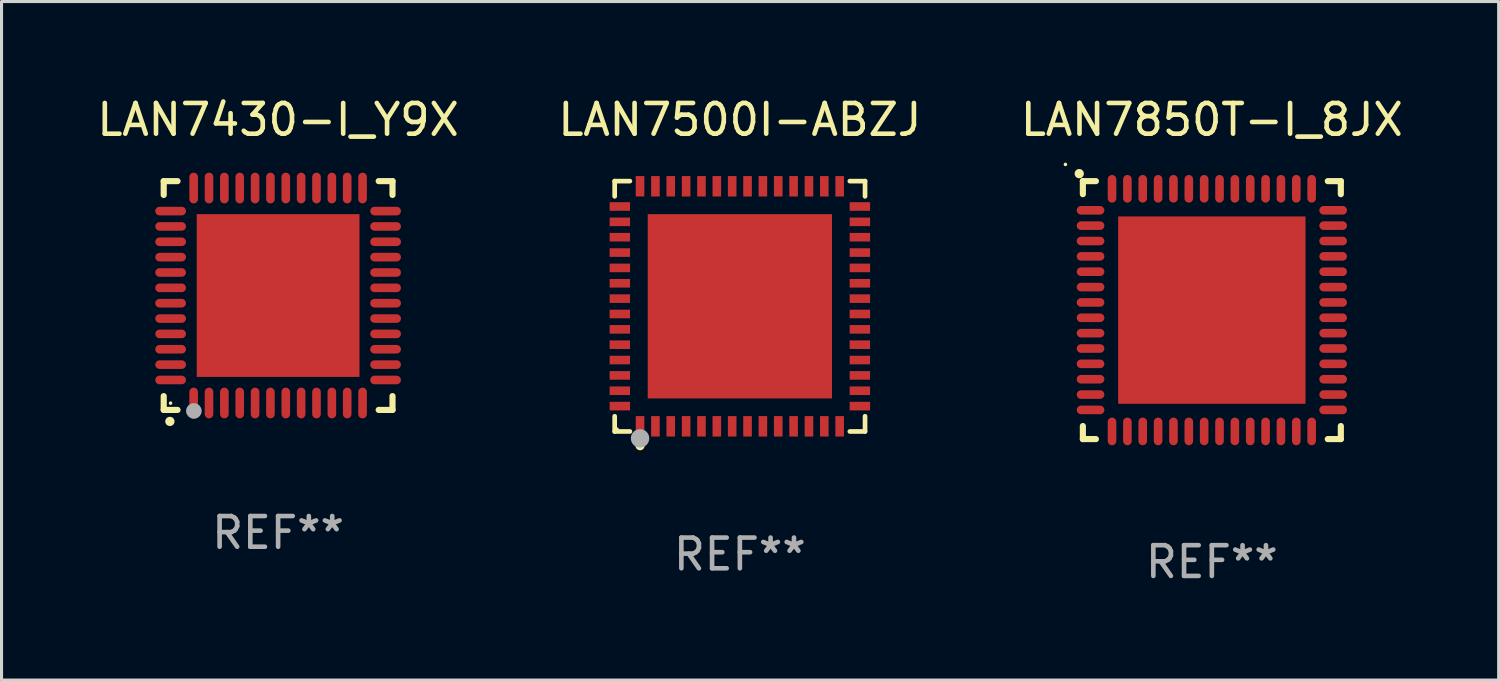
<source format=kicad_pcb>
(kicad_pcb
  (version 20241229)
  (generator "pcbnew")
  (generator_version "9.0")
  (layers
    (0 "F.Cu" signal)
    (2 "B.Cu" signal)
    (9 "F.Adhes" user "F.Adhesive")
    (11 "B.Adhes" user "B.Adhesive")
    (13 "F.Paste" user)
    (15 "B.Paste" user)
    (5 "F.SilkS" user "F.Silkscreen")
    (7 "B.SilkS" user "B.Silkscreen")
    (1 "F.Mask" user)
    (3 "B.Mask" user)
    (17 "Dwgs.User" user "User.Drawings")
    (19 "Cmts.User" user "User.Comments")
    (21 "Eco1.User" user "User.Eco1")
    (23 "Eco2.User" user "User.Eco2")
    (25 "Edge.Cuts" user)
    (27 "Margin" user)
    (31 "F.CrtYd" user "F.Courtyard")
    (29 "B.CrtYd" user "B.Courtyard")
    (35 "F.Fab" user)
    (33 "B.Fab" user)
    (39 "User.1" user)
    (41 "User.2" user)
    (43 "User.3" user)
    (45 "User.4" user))
  (footprint "LAN7430-I_Y9X"
    (layer "F.Cu")
    (at 6.006 6.573)
    (property "Reference" "LAN7430-I_Y9X" (at 0 -5.725 0) (layer "F.SilkS") (effects (font (size 1 1) (thickness 0.15))))
    (attr through_hole)
    (fp_line (start -3.725 -3.725) (end -3.275 -3.725) (stroke (width 0.2) (type solid)) (layer "F.SilkS"))
    (fp_line (start -3.725 -3.275) (end -3.725 -3.725) (stroke (width 0.2) (type solid)) (layer "F.SilkS"))
    (fp_line (start -3.725 3.725) (end -3.725 3.275) (stroke (width 0.2) (type solid)) (layer "F.SilkS"))
    (fp_line (start -3.275 3.725) (end -3.725 3.725) (stroke (width 0.2) (type solid)) (layer "F.SilkS"))
    (fp_line (start 3.275 3.725) (end 3.725 3.725) (stroke (width 0.2) (type solid)) (layer "F.SilkS"))
    (fp_line (start 3.725 -3.725) (end 3.275 -3.725) (stroke (width 0.2) (type solid)) (layer "F.SilkS"))
    (fp_line (start 3.725 -3.275) (end 3.725 -3.725) (stroke (width 0.2) (type solid)) (layer "F.SilkS"))
    (fp_line (start 3.725 3.725) (end 3.725 3.275) (stroke (width 0.2) (type solid)) (layer "F.SilkS"))
    (fp_arc (start -3.525527 4.099568) (mid -3.524257 4.099563) (end -3.522987 4.099568) (stroke (width 0.3) (type solid)) (layer "F.SilkS"))
    (fp_circle (center -3.502 3.504) (end -3.472 3.504) (stroke (width 0.06) (type solid)) (fill no) (layer "F.SilkS"))
    (fp_circle (center -2.743 3.759) (end -2.616 3.759) (stroke (width 0.254) (type solid)) (fill no) (layer "F.Fab"))
    (fp_text user "REF**" (at 0 7.725 0) (layer "F.Fab") (effects (font (size 1 1) (thickness 0.15))))
    (pad "1" smd oval (at -2.75 3.5) (size 0.28 1) (layers "F.Cu" "F.Mask" "F.Paste"))
    (pad "2" smd oval (at -2.25 3.5) (size 0.28 1) (layers "F.Cu" "F.Mask" "F.Paste"))
    (pad "3" smd oval (at -1.75 3.5) (size 0.28 1) (layers "F.Cu" "F.Mask" "F.Paste"))
    (pad "4" smd oval (at -1.25 3.5) (size 0.28 1) (layers "F.Cu" "F.Mask" "F.Paste"))
    (pad "5" smd oval (at -0.75 3.5) (size 0.28 1) (layers "F.Cu" "F.Mask" "F.Paste"))
    (pad "6" smd oval (at -0.25 3.5) (size 0.28 1) (layers "F.Cu" "F.Mask" "F.Paste"))
    (pad "7" smd oval (at 0.25 3.5) (size 0.28 1) (layers "F.Cu" "F.Mask" "F.Paste"))
    (pad "8" smd oval (at 0.75 3.5) (size 0.28 1) (layers "F.Cu" "F.Mask" "F.Paste"))
    (pad "9" smd oval (at 1.25 3.5) (size 0.28 1) (layers "F.Cu" "F.Mask" "F.Paste"))
    (pad "10" smd oval (at 1.75 3.5) (size 0.28 1) (layers "F.Cu" "F.Mask" "F.Paste"))
    (pad "11" smd oval (at 2.25 3.5) (size 0.28 1) (layers "F.Cu" "F.Mask" "F.Paste"))
    (pad "12" smd oval (at 2.75 3.5) (size 0.28 1) (layers "F.Cu" "F.Mask" "F.Paste"))
    (pad "13" smd oval (at 3.5 2.75) (size 1 0.28) (layers "F.Cu" "F.Mask" "F.Paste"))
    (pad "14" smd oval (at 3.5 2.25) (size 1 0.28) (layers "F.Cu" "F.Mask" "F.Paste"))
    (pad "15" smd oval (at 3.5 1.75) (size 1 0.28) (layers "F.Cu" "F.Mask" "F.Paste"))
    (pad "16" smd oval (at 3.5 1.25) (size 1 0.28) (layers "F.Cu" "F.Mask" "F.Paste"))
    (pad "17" smd oval (at 3.5 0.75) (size 1 0.28) (layers "F.Cu" "F.Mask" "F.Paste"))
    (pad "18" smd oval (at 3.5 0.25) (size 1 0.28) (layers "F.Cu" "F.Mask" "F.Paste"))
    (pad "19" smd oval (at 3.5 -0.25) (size 1 0.28) (layers "F.Cu" "F.Mask" "F.Paste"))
    (pad "20" smd oval (at 3.5 -0.75) (size 1 0.28) (layers "F.Cu" "F.Mask" "F.Paste"))
    (pad "21" smd oval (at 3.5 -1.25) (size 1 0.28) (layers "F.Cu" "F.Mask" "F.Paste"))
    (pad "22" smd oval (at 3.5 -1.75) (size 1 0.28) (layers "F.Cu" "F.Mask" "F.Paste"))
    (pad "23" smd oval (at 3.5 -2.25) (size 1 0.28) (layers "F.Cu" "F.Mask" "F.Paste"))
    (pad "24" smd oval (at 3.5 -2.75) (size 1 0.28) (layers "F.Cu" "F.Mask" "F.Paste"))
    (pad "25" smd oval (at 2.75 -3.5) (size 0.28 1) (layers "F.Cu" "F.Mask" "F.Paste"))
    (pad "26" smd oval (at 2.25 -3.5) (size 0.28 1) (layers "F.Cu" "F.Mask" "F.Paste"))
    (pad "27" smd oval (at 1.75 -3.5) (size 0.28 1) (layers "F.Cu" "F.Mask" "F.Paste"))
    (pad "28" smd oval (at 1.25 -3.5) (size 0.28 1) (layers "F.Cu" "F.Mask" "F.Paste"))
    (pad "29" smd oval (at 0.75 -3.5) (size 0.28 1) (layers "F.Cu" "F.Mask" "F.Paste"))
    (pad "30" smd oval (at 0.25 -3.5) (size 0.28 1) (layers "F.Cu" "F.Mask" "F.Paste"))
    (pad "31" smd oval (at -0.25 -3.5) (size 0.28 1) (layers "F.Cu" "F.Mask" "F.Paste"))
    (pad "32" smd oval (at -0.75 -3.5) (size 0.28 1) (layers "F.Cu" "F.Mask" "F.Paste"))
    (pad "33" smd oval (at -1.25 -3.5) (size 0.28 1) (layers "F.Cu" "F.Mask" "F.Paste"))
    (pad "34" smd oval (at -1.75 -3.5) (size 0.28 1) (layers "F.Cu" "F.Mask" "F.Paste"))
    (pad "35" smd oval (at -2.25 -3.5) (size 0.28 1) (layers "F.Cu" "F.Mask" "F.Paste"))
    (pad "36" smd oval (at -2.75 -3.5) (size 0.28 1) (layers "F.Cu" "F.Mask" "F.Paste"))
    (pad "37" smd oval (at -3.5 -2.75) (size 1 0.28) (layers "F.Cu" "F.Mask" "F.Paste"))
    (pad "38" smd oval (at -3.5 -2.25) (size 1 0.28) (layers "F.Cu" "F.Mask" "F.Paste"))
    (pad "39" smd oval (at -3.5 -1.75) (size 1 0.28) (layers "F.Cu" "F.Mask" "F.Paste"))
    (pad "40" smd oval (at -3.5 -1.25) (size 1 0.28) (layers "F.Cu" "F.Mask" "F.Paste"))
    (pad "41" smd oval (at -3.5 -0.75) (size 1 0.28) (layers "F.Cu" "F.Mask" "F.Paste"))
    (pad "42" smd oval (at -3.5 -0.25) (size 1 0.28) (layers "F.Cu" "F.Mask" "F.Paste"))
    (pad "43" smd oval (at -3.5 0.25) (size 1 0.28) (layers "F.Cu" "F.Mask" "F.Paste"))
    (pad "44" smd oval (at -3.5 0.75) (size 1 0.28) (layers "F.Cu" "F.Mask" "F.Paste"))
    (pad "45" smd oval (at -3.5 1.25) (size 1 0.28) (layers "F.Cu" "F.Mask" "F.Paste"))
    (pad "46" smd oval (at -3.5 1.75) (size 1 0.28) (layers "F.Cu" "F.Mask" "F.Paste"))
    (pad "47" smd oval (at -3.5 2.25) (size 1 0.28) (layers "F.Cu" "F.Mask" "F.Paste"))
    (pad "48" smd oval (at -3.5 2.75) (size 1 0.28) (layers "F.Cu" "F.Mask" "F.Paste"))
    (pad "49" smd rect (at 0 0) (size 5.3 5.3) (layers "F.Cu" "F.Mask" "F.Paste")))
  (footprint "LAN7850T-I_8JX"
    (layer "F.Cu")
    (at 36.411 7.048)
    (property "Reference" "LAN7850T-I_8JX" (at 0 -6.2 0) (layer "F.SilkS") (effects (font (size 1 1) (thickness 0.15))))
    (attr through_hole)
    (fp_line (start -4.2 -4.2) (end -3.775 -4.2) (stroke (width 0.2) (type solid)) (layer "F.SilkS"))
    (fp_line (start -4.2 -3.775) (end -4.2 -4.2) (stroke (width 0.2) (type solid)) (layer "F.SilkS"))
    (fp_line (start -4.2 3.775) (end -4.2 4.2) (stroke (width 0.2) (type solid)) (layer "F.SilkS"))
    (fp_line (start -4.2 4.2) (end -3.775 4.2) (stroke (width 0.2) (type solid)) (layer "F.SilkS"))
    (fp_line (start 3.775 4.2) (end 4.2 4.2) (stroke (width 0.2) (type solid)) (layer "F.SilkS"))
    (fp_line (start 4.2 -4.2) (end 3.775 -4.2) (stroke (width 0.2) (type solid)) (layer "F.SilkS"))
    (fp_line (start 4.2 -3.775) (end 4.2 -4.2) (stroke (width 0.2) (type solid)) (layer "F.SilkS"))
    (fp_line (start 4.2 4.2) (end 4.2 3.775) (stroke (width 0.2) (type solid)) (layer "F.SilkS"))
    (fp_arc (start -4.318009 -4.442469) (mid -4.318014 -4.443739) (end -4.318009 -4.445009) (stroke (width 0.3) (type solid)) (layer "F.SilkS"))
    (fp_circle (center -4.768 -4.744) (end -4.738 -4.744) (stroke (width 0.06) (type solid)) (fill no) (layer "F.SilkS"))
    (fp_text user "REF**" (at 0 8.2 0) (layer "F.Fab") (effects (font (size 1 1) (thickness 0.15))))
    (pad "1" smd oval (at -3.95 -3.25 90) (size 0.28 0.9) (layers "F.Cu" "F.Mask" "F.Paste"))
    (pad "2" smd oval (at -3.95 -2.75 90) (size 0.28 0.9) (layers "F.Cu" "F.Mask" "F.Paste"))
    (pad "3" smd oval (at -3.95 -2.25 90) (size 0.28 0.9) (layers "F.Cu" "F.Mask" "F.Paste"))
    (pad "4" smd oval (at -3.95 -1.75 90) (size 0.28 0.9) (layers "F.Cu" "F.Mask" "F.Paste"))
    (pad "5" smd oval (at -3.95 -1.25 90) (size 0.28 0.9) (layers "F.Cu" "F.Mask" "F.Paste"))
    (pad "6" smd oval (at -3.95 -0.75 90) (size 0.28 0.9) (layers "F.Cu" "F.Mask" "F.Paste"))
    (pad "7" smd oval (at -3.95 -0.25 90) (size 0.28 0.9) (layers "F.Cu" "F.Mask" "F.Paste"))
    (pad "8" smd oval (at -3.95 0.25 90) (size 0.28 0.9) (layers "F.Cu" "F.Mask" "F.Paste"))
    (pad "9" smd oval (at -3.95 0.75 90) (size 0.28 0.9) (layers "F.Cu" "F.Mask" "F.Paste"))
    (pad "10" smd oval (at -3.95 1.25 90) (size 0.28 0.9) (layers "F.Cu" "F.Mask" "F.Paste"))
    (pad "11" smd oval (at -3.95 1.75 90) (size 0.28 0.9) (layers "F.Cu" "F.Mask" "F.Paste"))
    (pad "12" smd oval (at -3.95 2.25 90) (size 0.28 0.9) (layers "F.Cu" "F.Mask" "F.Paste"))
    (pad "13" smd oval (at -3.95 2.75 90) (size 0.28 0.9) (layers "F.Cu" "F.Mask" "F.Paste"))
    (pad "14" smd oval (at -3.95 3.25 90) (size 0.28 0.9) (layers "F.Cu" "F.Mask" "F.Paste"))
    (pad "15" smd oval (at -3.25 3.95) (size 0.28 0.9) (layers "F.Cu" "F.Mask" "F.Paste"))
    (pad "16" smd oval (at -2.75 3.95) (size 0.28 0.9) (layers "F.Cu" "F.Mask" "F.Paste"))
    (pad "17" smd oval (at -2.25 3.95) (size 0.28 0.9) (layers "F.Cu" "F.Mask" "F.Paste"))
    (pad "18" smd oval (at -1.75 3.95) (size 0.28 0.9) (layers "F.Cu" "F.Mask" "F.Paste"))
    (pad "19" smd oval (at -1.25 3.95) (size 0.28 0.9) (layers "F.Cu" "F.Mask" "F.Paste"))
    (pad "20" smd oval (at -0.75 3.95) (size 0.28 0.9) (layers "F.Cu" "F.Mask" "F.Paste"))
    (pad "21" smd oval (at -0.25 3.95) (size 0.28 0.9) (layers "F.Cu" "F.Mask" "F.Paste"))
    (pad "22" smd oval (at 0.25 3.95) (size 0.28 0.9) (layers "F.Cu" "F.Mask" "F.Paste"))
    (pad "23" smd oval (at 0.75 3.95) (size 0.28 0.9) (layers "F.Cu" "F.Mask" "F.Paste"))
    (pad "24" smd oval (at 1.25 3.95) (size 0.28 0.9) (layers "F.Cu" "F.Mask" "F.Paste"))
    (pad "25" smd oval (at 1.75 3.95) (size 0.28 0.9) (layers "F.Cu" "F.Mask" "F.Paste"))
    (pad "26" smd oval (at 2.25 3.95) (size 0.28 0.9) (layers "F.Cu" "F.Mask" "F.Paste"))
    (pad "27" smd oval (at 2.75 3.95) (size 0.28 0.9) (layers "F.Cu" "F.Mask" "F.Paste"))
    (pad "28" smd oval (at 3.25 3.95) (size 0.28 0.9) (layers "F.Cu" "F.Mask" "F.Paste"))
    (pad "29" smd oval (at 3.95 3.25 90) (size 0.28 0.9) (layers "F.Cu" "F.Mask" "F.Paste"))
    (pad "30" smd oval (at 3.95 2.75 90) (size 0.28 0.9) (layers "F.Cu" "F.Mask" "F.Paste"))
    (pad "31" smd oval (at 3.95 2.25 90) (size 0.28 0.9) (layers "F.Cu" "F.Mask" "F.Paste"))
    (pad "32" smd oval (at 3.95 1.75 90) (size 0.28 0.9) (layers "F.Cu" "F.Mask" "F.Paste"))
    (pad "33" smd oval (at 3.95 1.25 90) (size 0.28 0.9) (layers "F.Cu" "F.Mask" "F.Paste"))
    (pad "34" smd oval (at 3.95 0.75 90) (size 0.28 0.9) (layers "F.Cu" "F.Mask" "F.Paste"))
    (pad "35" smd oval (at 3.95 0.25 90) (size 0.28 0.9) (layers "F.Cu" "F.Mask" "F.Paste"))
    (pad "36" smd oval (at 3.95 -0.25 90) (size 0.28 0.9) (layers "F.Cu" "F.Mask" "F.Paste"))
    (pad "37" smd oval (at 3.95 -0.75 90) (size 0.28 0.9) (layers "F.Cu" "F.Mask" "F.Paste"))
    (pad "38" smd oval (at 3.95 -1.25 90) (size 0.28 0.9) (layers "F.Cu" "F.Mask" "F.Paste"))
    (pad "39" smd oval (at 3.95 -1.75 90) (size 0.28 0.9) (layers "F.Cu" "F.Mask" "F.Paste"))
    (pad "40" smd oval (at 3.95 -2.25 90) (size 0.28 0.9) (layers "F.Cu" "F.Mask" "F.Paste"))
    (pad "41" smd oval (at 3.95 -2.75 90) (size 0.28 0.9) (layers "F.Cu" "F.Mask" "F.Paste"))
    (pad "42" smd oval (at 3.95 -3.25 90) (size 0.28 0.9) (layers "F.Cu" "F.Mask" "F.Paste"))
    (pad "43" smd oval (at 3.25 -3.95) (size 0.28 0.9) (layers "F.Cu" "F.Mask" "F.Paste"))
    (pad "44" smd oval (at 2.75 -3.95) (size 0.28 0.9) (layers "F.Cu" "F.Mask" "F.Paste"))
    (pad "45" smd oval (at 2.25 -3.95) (size 0.28 0.9) (layers "F.Cu" "F.Mask" "F.Paste"))
    (pad "46" smd oval (at 1.75 -3.95) (size 0.28 0.9) (layers "F.Cu" "F.Mask" "F.Paste"))
    (pad "47" smd oval (at 1.25 -3.95) (size 0.28 0.9) (layers "F.Cu" "F.Mask" "F.Paste"))
    (pad "48" smd oval (at 0.75 -3.95) (size 0.28 0.9) (layers "F.Cu" "F.Mask" "F.Paste"))
    (pad "49" smd oval (at 0.25 -3.95) (size 0.28 0.9) (layers "F.Cu" "F.Mask" "F.Paste"))
    (pad "50" smd oval (at -0.25 -3.95) (size 0.28 0.9) (layers "F.Cu" "F.Mask" "F.Paste"))
    (pad "51" smd oval (at -0.75 -3.95) (size 0.28 0.9) (layers "F.Cu" "F.Mask" "F.Paste"))
    (pad "52" smd oval (at -1.25 -3.95) (size 0.28 0.9) (layers "F.Cu" "F.Mask" "F.Paste"))
    (pad "53" smd oval (at -1.75 -3.95) (size 0.28 0.9) (layers "F.Cu" "F.Mask" "F.Paste"))
    (pad "54" smd oval (at -2.25 -3.95) (size 0.28 0.9) (layers "F.Cu" "F.Mask" "F.Paste"))
    (pad "55" smd oval (at -2.75 -3.95) (size 0.28 0.9) (layers "F.Cu" "F.Mask" "F.Paste"))
    (pad "56" smd oval (at -3.25 -3.95) (size 0.28 0.9) (layers "F.Cu" "F.Mask" "F.Paste"))
    (pad "57" smd rect (at 0 0) (size 6.1 6.1) (layers "F.Cu" "F.Mask" "F.Paste")))
  (footprint "LAN7500I-ABZJ"
    (layer "F.Cu")
    (at 21.042 6.924)
    (property "Reference" "LAN7500I-ABZJ" (at 0 -6.076 0) (layer "F.SilkS") (effects (font (size 1 1) (thickness 0.15))))
    (attr through_hole)
    (fp_line (start -4.076 -4.076) (end -3.581 -4.076) (stroke (width 0.152) (type solid)) (layer "F.SilkS"))
    (fp_line (start -4.076 -3.581) (end -4.076 -4.076) (stroke (width 0.152) (type solid)) (layer "F.SilkS"))
    (fp_line (start -4.076 3.581) (end -4.076 4.076) (stroke (width 0.152) (type solid)) (layer "F.SilkS"))
    (fp_line (start -4.076 4.076) (end -3.581 4.076) (stroke (width 0.152) (type solid)) (layer "F.SilkS"))
    (fp_line (start 4.076 -4.076) (end 3.581 -4.076) (stroke (width 0.152) (type solid)) (layer "F.SilkS"))
    (fp_line (start 4.076 -3.581) (end 4.076 -4.076) (stroke (width 0.152) (type solid)) (layer "F.SilkS"))
    (fp_line (start 4.076 3.581) (end 4.076 4.076) (stroke (width 0.152) (type solid)) (layer "F.SilkS"))
    (fp_line (start 4.076 4.076) (end 3.581 4.076) (stroke (width 0.152) (type solid)) (layer "F.SilkS"))
    (fp_circle (center -4 4) (end -3.97 4) (stroke (width 0.06) (type solid)) (fill no) (layer "F.SilkS"))
    (fp_circle (center -3.25 4.54) (end -3.175 4.54) (stroke (width 0.15) (type solid)) (fill no) (layer "F.SilkS"))
    (fp_circle (center -3.25 4.3) (end -3.1 4.3) (stroke (width 0.3) (type solid)) (fill no) (layer "F.Fab"))
    (fp_text user "REF**" (at 0 8.076 0) (layer "F.Fab") (effects (font (size 1 1) (thickness 0.15))))
    (pad "1" smd rect (at -3.25 3.908) (size 0.28 0.665) (layers "F.Cu" "F.Mask" "F.Paste"))
    (pad "2" smd rect (at -2.75 3.908) (size 0.28 0.665) (layers "F.Cu" "F.Mask" "F.Paste"))
    (pad "3" smd rect (at -2.25 3.908) (size 0.28 0.665) (layers "F.Cu" "F.Mask" "F.Paste"))
    (pad "4" smd rect (at -1.75 3.908) (size 0.28 0.665) (layers "F.Cu" "F.Mask" "F.Paste"))
    (pad "5" smd rect (at -1.25 3.908) (size 0.28 0.665) (layers "F.Cu" "F.Mask" "F.Paste"))
    (pad "6" smd rect (at -0.75 3.908) (size 0.28 0.665) (layers "F.Cu" "F.Mask" "F.Paste"))
    (pad "7" smd rect (at -0.25 3.908) (size 0.28 0.665) (layers "F.Cu" "F.Mask" "F.Paste"))
    (pad "8" smd rect (at 0.25 3.908) (size 0.28 0.665) (layers "F.Cu" "F.Mask" "F.Paste"))
    (pad "9" smd rect (at 0.75 3.908) (size 0.28 0.665) (layers "F.Cu" "F.Mask" "F.Paste"))
    (pad "10" smd rect (at 1.25 3.908) (size 0.28 0.665) (layers "F.Cu" "F.Mask" "F.Paste"))
    (pad "11" smd rect (at 1.75 3.908) (size 0.28 0.665) (layers "F.Cu" "F.Mask" "F.Paste"))
    (pad "12" smd rect (at 2.25 3.908) (size 0.28 0.665) (layers "F.Cu" "F.Mask" "F.Paste"))
    (pad "13" smd rect (at 2.75 3.908) (size 0.28 0.665) (layers "F.Cu" "F.Mask" "F.Paste"))
    (pad "14" smd rect (at 3.25 3.908) (size 0.28 0.665) (layers "F.Cu" "F.Mask" "F.Paste"))
    (pad "15" smd rect (at 3.908 3.25) (size 0.665 0.28) (layers "F.Cu" "F.Mask" "F.Paste"))
    (pad "16" smd rect (at 3.908 2.75) (size 0.665 0.28) (layers "F.Cu" "F.Mask" "F.Paste"))
    (pad "17" smd rect (at 3.908 2.25) (size 0.665 0.28) (layers "F.Cu" "F.Mask" "F.Paste"))
    (pad "18" smd rect (at 3.908 1.75) (size 0.665 0.28) (layers "F.Cu" "F.Mask" "F.Paste"))
    (pad "19" smd rect (at 3.908 1.25) (size 0.665 0.28) (layers "F.Cu" "F.Mask" "F.Paste"))
    (pad "20" smd rect (at 3.908 0.75) (size 0.665 0.28) (layers "F.Cu" "F.Mask" "F.Paste"))
    (pad "21" smd rect (at 3.908 0.25) (size 0.665 0.28) (layers "F.Cu" "F.Mask" "F.Paste"))
    (pad "22" smd rect (at 3.908 -0.25) (size 0.665 0.28) (layers "F.Cu" "F.Mask" "F.Paste"))
    (pad "23" smd rect (at 3.908 -0.75) (size 0.665 0.28) (layers "F.Cu" "F.Mask" "F.Paste"))
    (pad "24" smd rect (at 3.908 -1.25) (size 0.665 0.28) (layers "F.Cu" "F.Mask" "F.Paste"))
    (pad "25" smd rect (at 3.908 -1.75) (size 0.665 0.28) (layers "F.Cu" "F.Mask" "F.Paste"))
    (pad "26" smd rect (at 3.908 -2.25) (size 0.665 0.28) (layers "F.Cu" "F.Mask" "F.Paste"))
    (pad "27" smd rect (at 3.908 -2.75) (size 0.665 0.28) (layers "F.Cu" "F.Mask" "F.Paste"))
    (pad "28" smd rect (at 3.908 -3.25) (size 0.665 0.28) (layers "F.Cu" "F.Mask" "F.Paste"))
    (pad "29" smd rect (at 3.25 -3.908) (size 0.28 0.665) (layers "F.Cu" "F.Mask" "F.Paste"))
    (pad "30" smd rect (at 2.75 -3.908) (size 0.28 0.665) (layers "F.Cu" "F.Mask" "F.Paste"))
    (pad "31" smd rect (at 2.25 -3.908) (size 0.28 0.665) (layers "F.Cu" "F.Mask" "F.Paste"))
    (pad "32" smd rect (at 1.75 -3.908) (size 0.28 0.665) (layers "F.Cu" "F.Mask" "F.Paste"))
    (pad "33" smd rect (at 1.25 -3.908) (size 0.28 0.665) (layers "F.Cu" "F.Mask" "F.Paste"))
    (pad "34" smd rect (at 0.75 -3.908) (size 0.28 0.665) (layers "F.Cu" "F.Mask" "F.Paste"))
    (pad "35" smd rect (at 0.25 -3.908) (size 0.28 0.665) (layers "F.Cu" "F.Mask" "F.Paste"))
    (pad "36" smd rect (at -0.25 -3.908) (size 0.28 0.665) (layers "F.Cu" "F.Mask" "F.Paste"))
    (pad "37" smd rect (at -0.75 -3.908) (size 0.28 0.665) (layers "F.Cu" "F.Mask" "F.Paste"))
    (pad "38" smd rect (at -1.25 -3.908) (size 0.28 0.665) (layers "F.Cu" "F.Mask" "F.Paste"))
    (pad "39" smd rect (at -1.75 -3.908) (size 0.28 0.665) (layers "F.Cu" "F.Mask" "F.Paste"))
    (pad "40" smd rect (at -2.25 -3.908) (size 0.28 0.665) (layers "F.Cu" "F.Mask" "F.Paste"))
    (pad "41" smd rect (at -2.75 -3.908) (size 0.28 0.665) (layers "F.Cu" "F.Mask" "F.Paste"))
    (pad "42" smd rect (at -3.25 -3.908) (size 0.28 0.665) (layers "F.Cu" "F.Mask" "F.Paste"))
    (pad "43" smd rect (at -3.908 -3.25) (size 0.665 0.28) (layers "F.Cu" "F.Mask" "F.Paste"))
    (pad "44" smd rect (at -3.908 -2.75) (size 0.665 0.28) (layers "F.Cu" "F.Mask" "F.Paste"))
    (pad "45" smd rect (at -3.908 -2.25) (size 0.665 0.28) (layers "F.Cu" "F.Mask" "F.Paste"))
    (pad "46" smd rect (at -3.908 -1.75) (size 0.665 0.28) (layers "F.Cu" "F.Mask" "F.Paste"))
    (pad "47" smd rect (at -3.908 -1.25) (size 0.665 0.28) (layers "F.Cu" "F.Mask" "F.Paste"))
    (pad "48" smd rect (at -3.908 -0.75) (size 0.665 0.28) (layers "F.Cu" "F.Mask" "F.Paste"))
    (pad "49" smd rect (at -3.908 -0.25) (size 0.665 0.28) (layers "F.Cu" "F.Mask" "F.Paste"))
    (pad "50" smd rect (at -3.908 0.25) (size 0.665 0.28) (layers "F.Cu" "F.Mask" "F.Paste"))
    (pad "51" smd rect (at -3.908 0.75) (size 0.665 0.28) (layers "F.Cu" "F.Mask" "F.Paste"))
    (pad "52" smd rect (at -3.908 1.25) (size 0.665 0.28) (layers "F.Cu" "F.Mask" "F.Paste"))
    (pad "53" smd rect (at -3.908 1.75) (size 0.665 0.28) (layers "F.Cu" "F.Mask" "F.Paste"))
    (pad "54" smd rect (at -3.908 2.25) (size 0.665 0.28) (layers "F.Cu" "F.Mask" "F.Paste"))
    (pad "55" smd rect (at -3.908 2.75) (size 0.665 0.28) (layers "F.Cu" "F.Mask" "F.Paste"))
    (pad "56" smd rect (at -3.908 3.25) (size 0.665 0.28) (layers "F.Cu" "F.Mask" "F.Paste"))
    (pad "57" smd rect (at 0 0) (size 6 6) (layers "F.Cu" "F.Mask" "F.Paste")))
  (gr_rect
    (start -3 -3)
    (end 45.75 19.096)
    (stroke (width 0.1) (type default))
    (fill no)
    (layer "Edge.Cuts")))
</source>
